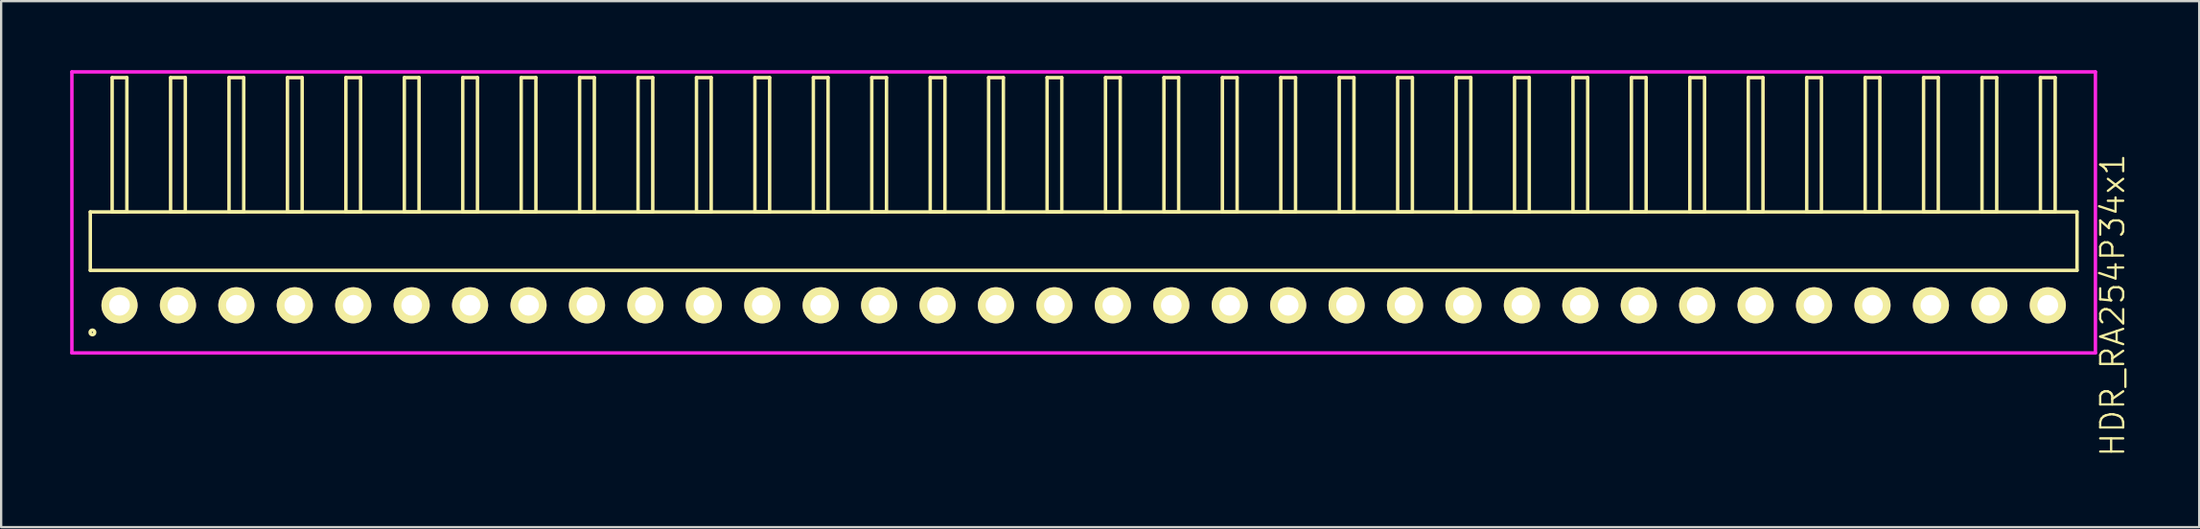
<source format=kicad_pcb>
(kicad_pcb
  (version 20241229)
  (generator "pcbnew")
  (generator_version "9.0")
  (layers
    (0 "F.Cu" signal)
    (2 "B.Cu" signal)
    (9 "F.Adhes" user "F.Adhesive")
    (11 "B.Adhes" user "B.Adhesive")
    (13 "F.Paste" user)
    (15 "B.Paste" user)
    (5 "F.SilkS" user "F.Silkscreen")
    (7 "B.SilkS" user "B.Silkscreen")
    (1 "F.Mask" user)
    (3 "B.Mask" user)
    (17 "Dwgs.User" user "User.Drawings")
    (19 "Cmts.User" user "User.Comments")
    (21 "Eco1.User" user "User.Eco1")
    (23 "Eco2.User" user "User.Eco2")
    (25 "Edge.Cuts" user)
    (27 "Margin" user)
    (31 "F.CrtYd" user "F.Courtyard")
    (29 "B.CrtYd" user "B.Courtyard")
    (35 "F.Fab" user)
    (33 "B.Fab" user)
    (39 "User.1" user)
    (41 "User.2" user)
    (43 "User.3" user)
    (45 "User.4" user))
  (footprint "HDR_RA254P34x1"
    (layer "F.Cu")
    (at 44.055 10.225)
    (property "Reference" "HDR_RA254P34x1" (at 44.73 0 90) (layer "F.SilkS") (effects (font (size 1 1) (thickness 0.1))))
    (attr through_hole)
    (fp_line (start -43.18 -4.06) (end -43.18 -1.52) (stroke (width 0.15) (type solid)) (layer "F.SilkS"))
    (fp_line (start -43.18 -1.52) (end 43.18 -1.52) (stroke (width 0.15) (type solid)) (layer "F.SilkS"))
    (fp_line (start -42.23 -9.9) (end -42.23 -4.06) (stroke (width 0.15) (type solid)) (layer "F.SilkS"))
    (fp_line (start -42.23 -4.06) (end -41.59 -4.06) (stroke (width 0.15) (type solid)) (layer "F.SilkS"))
    (fp_line (start -41.59 -9.9) (end -42.23 -9.9) (stroke (width 0.15) (type solid)) (layer "F.SilkS"))
    (fp_line (start -41.59 -4.06) (end -41.59 -9.9) (stroke (width 0.15) (type solid)) (layer "F.SilkS"))
    (fp_line (start -39.69 -9.9) (end -39.69 -4.06) (stroke (width 0.15) (type solid)) (layer "F.SilkS"))
    (fp_line (start -39.69 -4.06) (end -39.05 -4.06) (stroke (width 0.15) (type solid)) (layer "F.SilkS"))
    (fp_line (start -39.05 -9.9) (end -39.69 -9.9) (stroke (width 0.15) (type solid)) (layer "F.SilkS"))
    (fp_line (start -39.05 -4.06) (end -39.05 -9.9) (stroke (width 0.15) (type solid)) (layer "F.SilkS"))
    (fp_line (start -37.15 -9.9) (end -37.15 -4.06) (stroke (width 0.15) (type solid)) (layer "F.SilkS"))
    (fp_line (start -37.15 -4.06) (end -36.51 -4.06) (stroke (width 0.15) (type solid)) (layer "F.SilkS"))
    (fp_line (start -36.51 -9.9) (end -37.15 -9.9) (stroke (width 0.15) (type solid)) (layer "F.SilkS"))
    (fp_line (start -36.51 -4.06) (end -36.51 -9.9) (stroke (width 0.15) (type solid)) (layer "F.SilkS"))
    (fp_line (start -34.61 -9.9) (end -34.61 -4.06) (stroke (width 0.15) (type solid)) (layer "F.SilkS"))
    (fp_line (start -34.61 -4.06) (end -33.97 -4.06) (stroke (width 0.15) (type solid)) (layer "F.SilkS"))
    (fp_line (start -33.97 -9.9) (end -34.61 -9.9) (stroke (width 0.15) (type solid)) (layer "F.SilkS"))
    (fp_line (start -33.97 -4.06) (end -33.97 -9.9) (stroke (width 0.15) (type solid)) (layer "F.SilkS"))
    (fp_line (start -32.07 -9.9) (end -32.07 -4.06) (stroke (width 0.15) (type solid)) (layer "F.SilkS"))
    (fp_line (start -32.07 -4.06) (end -31.43 -4.06) (stroke (width 0.15) (type solid)) (layer "F.SilkS"))
    (fp_line (start -31.43 -9.9) (end -32.07 -9.9) (stroke (width 0.15) (type solid)) (layer "F.SilkS"))
    (fp_line (start -31.43 -4.06) (end -31.43 -9.9) (stroke (width 0.15) (type solid)) (layer "F.SilkS"))
    (fp_line (start -29.53 -9.9) (end -29.53 -4.06) (stroke (width 0.15) (type solid)) (layer "F.SilkS"))
    (fp_line (start -29.53 -4.06) (end -28.89 -4.06) (stroke (width 0.15) (type solid)) (layer "F.SilkS"))
    (fp_line (start -28.89 -9.9) (end -29.53 -9.9) (stroke (width 0.15) (type solid)) (layer "F.SilkS"))
    (fp_line (start -28.89 -4.06) (end -28.89 -9.9) (stroke (width 0.15) (type solid)) (layer "F.SilkS"))
    (fp_line (start -26.99 -9.9) (end -26.99 -4.06) (stroke (width 0.15) (type solid)) (layer "F.SilkS"))
    (fp_line (start -26.99 -4.06) (end -26.35 -4.06) (stroke (width 0.15) (type solid)) (layer "F.SilkS"))
    (fp_line (start -26.35 -9.9) (end -26.99 -9.9) (stroke (width 0.15) (type solid)) (layer "F.SilkS"))
    (fp_line (start -26.35 -4.06) (end -26.35 -9.9) (stroke (width 0.15) (type solid)) (layer "F.SilkS"))
    (fp_line (start -24.45 -9.9) (end -24.45 -4.06) (stroke (width 0.15) (type solid)) (layer "F.SilkS"))
    (fp_line (start -24.45 -4.06) (end -23.81 -4.06) (stroke (width 0.15) (type solid)) (layer "F.SilkS"))
    (fp_line (start -23.81 -9.9) (end -24.45 -9.9) (stroke (width 0.15) (type solid)) (layer "F.SilkS"))
    (fp_line (start -23.81 -4.06) (end -23.81 -9.9) (stroke (width 0.15) (type solid)) (layer "F.SilkS"))
    (fp_line (start -21.91 -9.9) (end -21.91 -4.06) (stroke (width 0.15) (type solid)) (layer "F.SilkS"))
    (fp_line (start -21.91 -4.06) (end -21.27 -4.06) (stroke (width 0.15) (type solid)) (layer "F.SilkS"))
    (fp_line (start -21.27 -9.9) (end -21.91 -9.9) (stroke (width 0.15) (type solid)) (layer "F.SilkS"))
    (fp_line (start -21.27 -4.06) (end -21.27 -9.9) (stroke (width 0.15) (type solid)) (layer "F.SilkS"))
    (fp_line (start -19.37 -9.9) (end -19.37 -4.06) (stroke (width 0.15) (type solid)) (layer "F.SilkS"))
    (fp_line (start -19.37 -4.06) (end -18.73 -4.06) (stroke (width 0.15) (type solid)) (layer "F.SilkS"))
    (fp_line (start -18.73 -9.9) (end -19.37 -9.9) (stroke (width 0.15) (type solid)) (layer "F.SilkS"))
    (fp_line (start -18.73 -4.06) (end -18.73 -9.9) (stroke (width 0.15) (type solid)) (layer "F.SilkS"))
    (fp_line (start -16.83 -9.9) (end -16.83 -4.06) (stroke (width 0.15) (type solid)) (layer "F.SilkS"))
    (fp_line (start -16.83 -4.06) (end -16.19 -4.06) (stroke (width 0.15) (type solid)) (layer "F.SilkS"))
    (fp_line (start -16.19 -9.9) (end -16.83 -9.9) (stroke (width 0.15) (type solid)) (layer "F.SilkS"))
    (fp_line (start -16.19 -4.06) (end -16.19 -9.9) (stroke (width 0.15) (type solid)) (layer "F.SilkS"))
    (fp_line (start -14.29 -9.9) (end -14.29 -4.06) (stroke (width 0.15) (type solid)) (layer "F.SilkS"))
    (fp_line (start -14.29 -4.06) (end -13.65 -4.06) (stroke (width 0.15) (type solid)) (layer "F.SilkS"))
    (fp_line (start -13.65 -9.9) (end -14.29 -9.9) (stroke (width 0.15) (type solid)) (layer "F.SilkS"))
    (fp_line (start -13.65 -4.06) (end -13.65 -9.9) (stroke (width 0.15) (type solid)) (layer "F.SilkS"))
    (fp_line (start -11.75 -9.9) (end -11.75 -4.06) (stroke (width 0.15) (type solid)) (layer "F.SilkS"))
    (fp_line (start -11.75 -4.06) (end -11.11 -4.06) (stroke (width 0.15) (type solid)) (layer "F.SilkS"))
    (fp_line (start -11.11 -9.9) (end -11.75 -9.9) (stroke (width 0.15) (type solid)) (layer "F.SilkS"))
    (fp_line (start -11.11 -4.06) (end -11.11 -9.9) (stroke (width 0.15) (type solid)) (layer "F.SilkS"))
    (fp_line (start -9.21 -9.9) (end -9.21 -4.06) (stroke (width 0.15) (type solid)) (layer "F.SilkS"))
    (fp_line (start -9.21 -4.06) (end -8.57 -4.06) (stroke (width 0.15) (type solid)) (layer "F.SilkS"))
    (fp_line (start -8.57 -9.9) (end -9.21 -9.9) (stroke (width 0.15) (type solid)) (layer "F.SilkS"))
    (fp_line (start -8.57 -4.06) (end -8.57 -9.9) (stroke (width 0.15) (type solid)) (layer "F.SilkS"))
    (fp_line (start -6.67 -9.9) (end -6.67 -4.06) (stroke (width 0.15) (type solid)) (layer "F.SilkS"))
    (fp_line (start -6.67 -4.06) (end -6.03 -4.06) (stroke (width 0.15) (type solid)) (layer "F.SilkS"))
    (fp_line (start -6.03 -9.9) (end -6.67 -9.9) (stroke (width 0.15) (type solid)) (layer "F.SilkS"))
    (fp_line (start -6.03 -4.06) (end -6.03 -9.9) (stroke (width 0.15) (type solid)) (layer "F.SilkS"))
    (fp_line (start -4.13 -9.9) (end -4.13 -4.06) (stroke (width 0.15) (type solid)) (layer "F.SilkS"))
    (fp_line (start -4.13 -4.06) (end -3.49 -4.06) (stroke (width 0.15) (type solid)) (layer "F.SilkS"))
    (fp_line (start -3.49 -9.9) (end -4.13 -9.9) (stroke (width 0.15) (type solid)) (layer "F.SilkS"))
    (fp_line (start -3.49 -4.06) (end -3.49 -9.9) (stroke (width 0.15) (type solid)) (layer "F.SilkS"))
    (fp_line (start -1.59 -9.9) (end -1.59 -4.06) (stroke (width 0.15) (type solid)) (layer "F.SilkS"))
    (fp_line (start -1.59 -4.06) (end -0.95 -4.06) (stroke (width 0.15) (type solid)) (layer "F.SilkS"))
    (fp_line (start -0.95 -9.9) (end -1.59 -9.9) (stroke (width 0.15) (type solid)) (layer "F.SilkS"))
    (fp_line (start -0.95 -4.06) (end -0.95 -9.9) (stroke (width 0.15) (type solid)) (layer "F.SilkS"))
    (fp_line (start 0.95 -9.9) (end 0.95 -4.06) (stroke (width 0.15) (type solid)) (layer "F.SilkS"))
    (fp_line (start 0.95 -4.06) (end 1.59 -4.06) (stroke (width 0.15) (type solid)) (layer "F.SilkS"))
    (fp_line (start 1.59 -9.9) (end 0.95 -9.9) (stroke (width 0.15) (type solid)) (layer "F.SilkS"))
    (fp_line (start 1.59 -4.06) (end 1.59 -9.9) (stroke (width 0.15) (type solid)) (layer "F.SilkS"))
    (fp_line (start 3.49 -9.9) (end 3.49 -4.06) (stroke (width 0.15) (type solid)) (layer "F.SilkS"))
    (fp_line (start 3.49 -4.06) (end 4.13 -4.06) (stroke (width 0.15) (type solid)) (layer "F.SilkS"))
    (fp_line (start 4.13 -9.9) (end 3.49 -9.9) (stroke (width 0.15) (type solid)) (layer "F.SilkS"))
    (fp_line (start 4.13 -4.06) (end 4.13 -9.9) (stroke (width 0.15) (type solid)) (layer "F.SilkS"))
    (fp_line (start 6.03 -9.9) (end 6.03 -4.06) (stroke (width 0.15) (type solid)) (layer "F.SilkS"))
    (fp_line (start 6.03 -4.06) (end 6.67 -4.06) (stroke (width 0.15) (type solid)) (layer "F.SilkS"))
    (fp_line (start 6.67 -9.9) (end 6.03 -9.9) (stroke (width 0.15) (type solid)) (layer "F.SilkS"))
    (fp_line (start 6.67 -4.06) (end 6.67 -9.9) (stroke (width 0.15) (type solid)) (layer "F.SilkS"))
    (fp_line (start 8.57 -9.9) (end 8.57 -4.06) (stroke (width 0.15) (type solid)) (layer "F.SilkS"))
    (fp_line (start 8.57 -4.06) (end 9.21 -4.06) (stroke (width 0.15) (type solid)) (layer "F.SilkS"))
    (fp_line (start 9.21 -9.9) (end 8.57 -9.9) (stroke (width 0.15) (type solid)) (layer "F.SilkS"))
    (fp_line (start 9.21 -4.06) (end 9.21 -9.9) (stroke (width 0.15) (type solid)) (layer "F.SilkS"))
    (fp_line (start 11.11 -9.9) (end 11.11 -4.06) (stroke (width 0.15) (type solid)) (layer "F.SilkS"))
    (fp_line (start 11.11 -4.06) (end 11.75 -4.06) (stroke (width 0.15) (type solid)) (layer "F.SilkS"))
    (fp_line (start 11.75 -9.9) (end 11.11 -9.9) (stroke (width 0.15) (type solid)) (layer "F.SilkS"))
    (fp_line (start 11.75 -4.06) (end 11.75 -9.9) (stroke (width 0.15) (type solid)) (layer "F.SilkS"))
    (fp_line (start 13.65 -9.9) (end 13.65 -4.06) (stroke (width 0.15) (type solid)) (layer "F.SilkS"))
    (fp_line (start 13.65 -4.06) (end 14.29 -4.06) (stroke (width 0.15) (type solid)) (layer "F.SilkS"))
    (fp_line (start 14.29 -9.9) (end 13.65 -9.9) (stroke (width 0.15) (type solid)) (layer "F.SilkS"))
    (fp_line (start 14.29 -4.06) (end 14.29 -9.9) (stroke (width 0.15) (type solid)) (layer "F.SilkS"))
    (fp_line (start 16.19 -9.9) (end 16.19 -4.06) (stroke (width 0.15) (type solid)) (layer "F.SilkS"))
    (fp_line (start 16.19 -4.06) (end 16.83 -4.06) (stroke (width 0.15) (type solid)) (layer "F.SilkS"))
    (fp_line (start 16.83 -9.9) (end 16.19 -9.9) (stroke (width 0.15) (type solid)) (layer "F.SilkS"))
    (fp_line (start 16.83 -4.06) (end 16.83 -9.9) (stroke (width 0.15) (type solid)) (layer "F.SilkS"))
    (fp_line (start 18.73 -9.9) (end 18.73 -4.06) (stroke (width 0.15) (type solid)) (layer "F.SilkS"))
    (fp_line (start 18.73 -4.06) (end 19.37 -4.06) (stroke (width 0.15) (type solid)) (layer "F.SilkS"))
    (fp_line (start 19.37 -9.9) (end 18.73 -9.9) (stroke (width 0.15) (type solid)) (layer "F.SilkS"))
    (fp_line (start 19.37 -4.06) (end 19.37 -9.9) (stroke (width 0.15) (type solid)) (layer "F.SilkS"))
    (fp_line (start 21.27 -9.9) (end 21.27 -4.06) (stroke (width 0.15) (type solid)) (layer "F.SilkS"))
    (fp_line (start 21.27 -4.06) (end 21.91 -4.06) (stroke (width 0.15) (type solid)) (layer "F.SilkS"))
    (fp_line (start 21.91 -9.9) (end 21.27 -9.9) (stroke (width 0.15) (type solid)) (layer "F.SilkS"))
    (fp_line (start 21.91 -4.06) (end 21.91 -9.9) (stroke (width 0.15) (type solid)) (layer "F.SilkS"))
    (fp_line (start 23.81 -9.9) (end 23.81 -4.06) (stroke (width 0.15) (type solid)) (layer "F.SilkS"))
    (fp_line (start 23.81 -4.06) (end 24.45 -4.06) (stroke (width 0.15) (type solid)) (layer "F.SilkS"))
    (fp_line (start 24.45 -9.9) (end 23.81 -9.9) (stroke (width 0.15) (type solid)) (layer "F.SilkS"))
    (fp_line (start 24.45 -4.06) (end 24.45 -9.9) (stroke (width 0.15) (type solid)) (layer "F.SilkS"))
    (fp_line (start 26.35 -9.9) (end 26.35 -4.06) (stroke (width 0.15) (type solid)) (layer "F.SilkS"))
    (fp_line (start 26.35 -4.06) (end 26.99 -4.06) (stroke (width 0.15) (type solid)) (layer "F.SilkS"))
    (fp_line (start 26.99 -9.9) (end 26.35 -9.9) (stroke (width 0.15) (type solid)) (layer "F.SilkS"))
    (fp_line (start 26.99 -4.06) (end 26.99 -9.9) (stroke (width 0.15) (type solid)) (layer "F.SilkS"))
    (fp_line (start 28.89 -9.9) (end 28.89 -4.06) (stroke (width 0.15) (type solid)) (layer "F.SilkS"))
    (fp_line (start 28.89 -4.06) (end 29.53 -4.06) (stroke (width 0.15) (type solid)) (layer "F.SilkS"))
    (fp_line (start 29.53 -9.9) (end 28.89 -9.9) (stroke (width 0.15) (type solid)) (layer "F.SilkS"))
    (fp_line (start 29.53 -4.06) (end 29.53 -9.9) (stroke (width 0.15) (type solid)) (layer "F.SilkS"))
    (fp_line (start 31.43 -9.9) (end 31.43 -4.06) (stroke (width 0.15) (type solid)) (layer "F.SilkS"))
    (fp_line (start 31.43 -4.06) (end 32.07 -4.06) (stroke (width 0.15) (type solid)) (layer "F.SilkS"))
    (fp_line (start 32.07 -9.9) (end 31.43 -9.9) (stroke (width 0.15) (type solid)) (layer "F.SilkS"))
    (fp_line (start 32.07 -4.06) (end 32.07 -9.9) (stroke (width 0.15) (type solid)) (layer "F.SilkS"))
    (fp_line (start 33.97 -9.9) (end 33.97 -4.06) (stroke (width 0.15) (type solid)) (layer "F.SilkS"))
    (fp_line (start 33.97 -4.06) (end 34.61 -4.06) (stroke (width 0.15) (type solid)) (layer "F.SilkS"))
    (fp_line (start 34.61 -9.9) (end 33.97 -9.9) (stroke (width 0.15) (type solid)) (layer "F.SilkS"))
    (fp_line (start 34.61 -4.06) (end 34.61 -9.9) (stroke (width 0.15) (type solid)) (layer "F.SilkS"))
    (fp_line (start 36.51 -9.9) (end 36.51 -4.06) (stroke (width 0.15) (type solid)) (layer "F.SilkS"))
    (fp_line (start 36.51 -4.06) (end 37.15 -4.06) (stroke (width 0.15) (type solid)) (layer "F.SilkS"))
    (fp_line (start 37.15 -9.9) (end 36.51 -9.9) (stroke (width 0.15) (type solid)) (layer "F.SilkS"))
    (fp_line (start 37.15 -4.06) (end 37.15 -9.9) (stroke (width 0.15) (type solid)) (layer "F.SilkS"))
    (fp_line (start 39.05 -9.9) (end 39.05 -4.06) (stroke (width 0.15) (type solid)) (layer "F.SilkS"))
    (fp_line (start 39.05 -4.06) (end 39.69 -4.06) (stroke (width 0.15) (type solid)) (layer "F.SilkS"))
    (fp_line (start 39.69 -9.9) (end 39.05 -9.9) (stroke (width 0.15) (type solid)) (layer "F.SilkS"))
    (fp_line (start 39.69 -4.06) (end 39.69 -9.9) (stroke (width 0.15) (type solid)) (layer "F.SilkS"))
    (fp_line (start 41.59 -9.9) (end 41.59 -4.06) (stroke (width 0.15) (type solid)) (layer "F.SilkS"))
    (fp_line (start 41.59 -4.06) (end 42.23 -4.06) (stroke (width 0.15) (type solid)) (layer "F.SilkS"))
    (fp_line (start 42.23 -9.9) (end 41.59 -9.9) (stroke (width 0.15) (type solid)) (layer "F.SilkS"))
    (fp_line (start 42.23 -4.06) (end 42.23 -9.9) (stroke (width 0.15) (type solid)) (layer "F.SilkS"))
    (fp_line (start 43.18 -4.06) (end -43.18 -4.06) (stroke (width 0.15) (type solid)) (layer "F.SilkS"))
    (fp_line (start 43.18 -1.52) (end 43.18 -4.06) (stroke (width 0.15) (type solid)) (layer "F.SilkS"))
    (fp_circle (center -43.088 1.178) (end -42.988 1.178) (stroke (width 0.15) (type solid)) (fill no) (layer "F.SilkS"))
    (fp_line (start -43.98 -10.15) (end -43.98 2.07) (stroke (width 0.15) (type solid)) (layer "F.CrtYd"))
    (fp_line (start -43.98 2.07) (end 43.98 2.07) (stroke (width 0.15) (type solid)) (layer "F.CrtYd"))
    (fp_line (start 43.98 -10.15) (end -43.98 -10.15) (stroke (width 0.15) (type solid)) (layer "F.CrtYd"))
    (fp_line (start 43.98 2.07) (end 43.98 -10.15) (stroke (width 0.15) (type solid)) (layer "F.CrtYd"))
    (pad "1" thru_hole oval (at -41.91 0) (size 1.57 1.57) (drill 0.9) (layers "*.Cu" "*.Mask" "F.SilkS"))
    (pad "2" thru_hole oval (at -39.37 0) (size 1.57 1.57) (drill 0.9) (layers "*.Cu" "*.Mask" "F.SilkS"))
    (pad "3" thru_hole oval (at -36.83 0) (size 1.57 1.57) (drill 0.9) (layers "*.Cu" "*.Mask" "F.SilkS"))
    (pad "4" thru_hole oval (at -34.29 0) (size 1.57 1.57) (drill 0.9) (layers "*.Cu" "*.Mask" "F.SilkS"))
    (pad "5" thru_hole oval (at -31.75 0) (size 1.57 1.57) (drill 0.9) (layers "*.Cu" "*.Mask" "F.SilkS"))
    (pad "6" thru_hole oval (at -29.21 0) (size 1.57 1.57) (drill 0.9) (layers "*.Cu" "*.Mask" "F.SilkS"))
    (pad "7" thru_hole oval (at -26.67 0) (size 1.57 1.57) (drill 0.9) (layers "*.Cu" "*.Mask" "F.SilkS"))
    (pad "8" thru_hole oval (at -24.13 0) (size 1.57 1.57) (drill 0.9) (layers "*.Cu" "*.Mask" "F.SilkS"))
    (pad "9" thru_hole oval (at -21.59 0) (size 1.57 1.57) (drill 0.9) (layers "*.Cu" "*.Mask" "F.SilkS"))
    (pad "10" thru_hole oval (at -19.05 0) (size 1.57 1.57) (drill 0.9) (layers "*.Cu" "*.Mask" "F.SilkS"))
    (pad "11" thru_hole oval (at -16.51 0) (size 1.57 1.57) (drill 0.9) (layers "*.Cu" "*.Mask" "F.SilkS"))
    (pad "12" thru_hole oval (at -13.97 0) (size 1.57 1.57) (drill 0.9) (layers "*.Cu" "*.Mask" "F.SilkS"))
    (pad "13" thru_hole oval (at -11.43 0) (size 1.57 1.57) (drill 0.9) (layers "*.Cu" "*.Mask" "F.SilkS"))
    (pad "14" thru_hole oval (at -8.89 0) (size 1.57 1.57) (drill 0.9) (layers "*.Cu" "*.Mask" "F.SilkS"))
    (pad "15" thru_hole oval (at -6.35 0) (size 1.57 1.57) (drill 0.9) (layers "*.Cu" "*.Mask" "F.SilkS"))
    (pad "16" thru_hole oval (at -3.81 0) (size 1.57 1.57) (drill 0.9) (layers "*.Cu" "*.Mask" "F.SilkS"))
    (pad "17" thru_hole oval (at -1.27 0) (size 1.57 1.57) (drill 0.9) (layers "*.Cu" "*.Mask" "F.SilkS"))
    (pad "18" thru_hole oval (at 1.27 0) (size 1.57 1.57) (drill 0.9) (layers "*.Cu" "*.Mask" "F.SilkS"))
    (pad "19" thru_hole oval (at 3.81 0) (size 1.57 1.57) (drill 0.9) (layers "*.Cu" "*.Mask" "F.SilkS"))
    (pad "20" thru_hole oval (at 6.35 0) (size 1.57 1.57) (drill 0.9) (layers "*.Cu" "*.Mask" "F.SilkS"))
    (pad "21" thru_hole oval (at 8.89 0) (size 1.57 1.57) (drill 0.9) (layers "*.Cu" "*.Mask" "F.SilkS"))
    (pad "22" thru_hole oval (at 11.43 0) (size 1.57 1.57) (drill 0.9) (layers "*.Cu" "*.Mask" "F.SilkS"))
    (pad "23" thru_hole oval (at 13.97 0) (size 1.57 1.57) (drill 0.9) (layers "*.Cu" "*.Mask" "F.SilkS"))
    (pad "24" thru_hole oval (at 16.51 0) (size 1.57 1.57) (drill 0.9) (layers "*.Cu" "*.Mask" "F.SilkS"))
    (pad "25" thru_hole oval (at 19.05 0) (size 1.57 1.57) (drill 0.9) (layers "*.Cu" "*.Mask" "F.SilkS"))
    (pad "26" thru_hole oval (at 21.59 0) (size 1.57 1.57) (drill 0.9) (layers "*.Cu" "*.Mask" "F.SilkS"))
    (pad "27" thru_hole oval (at 24.13 0) (size 1.57 1.57) (drill 0.9) (layers "*.Cu" "*.Mask" "F.SilkS"))
    (pad "28" thru_hole oval (at 26.67 0) (size 1.57 1.57) (drill 0.9) (layers "*.Cu" "*.Mask" "F.SilkS"))
    (pad "29" thru_hole oval (at 29.21 0) (size 1.57 1.57) (drill 0.9) (layers "*.Cu" "*.Mask" "F.SilkS"))
    (pad "30" thru_hole oval (at 31.75 0) (size 1.57 1.57) (drill 0.9) (layers "*.Cu" "*.Mask" "F.SilkS"))
    (pad "31" thru_hole oval (at 34.29 0) (size 1.57 1.57) (drill 0.9) (layers "*.Cu" "*.Mask" "F.SilkS"))
    (pad "32" thru_hole oval (at 36.83 0) (size 1.57 1.57) (drill 0.9) (layers "*.Cu" "*.Mask" "F.SilkS"))
    (pad "33" thru_hole oval (at 39.37 0) (size 1.57 1.57) (drill 0.9) (layers "*.Cu" "*.Mask" "F.SilkS"))
    (pad "34" thru_hole oval (at 41.91 0) (size 1.57 1.57) (drill 0.9) (layers "*.Cu" "*.Mask" "F.SilkS")))
  (gr_rect
    (start -3 -3)
    (end 92.546 19.87)
    (stroke (width 0.1) (type default))
    (fill no)
    (layer "Edge.Cuts")))
</source>
